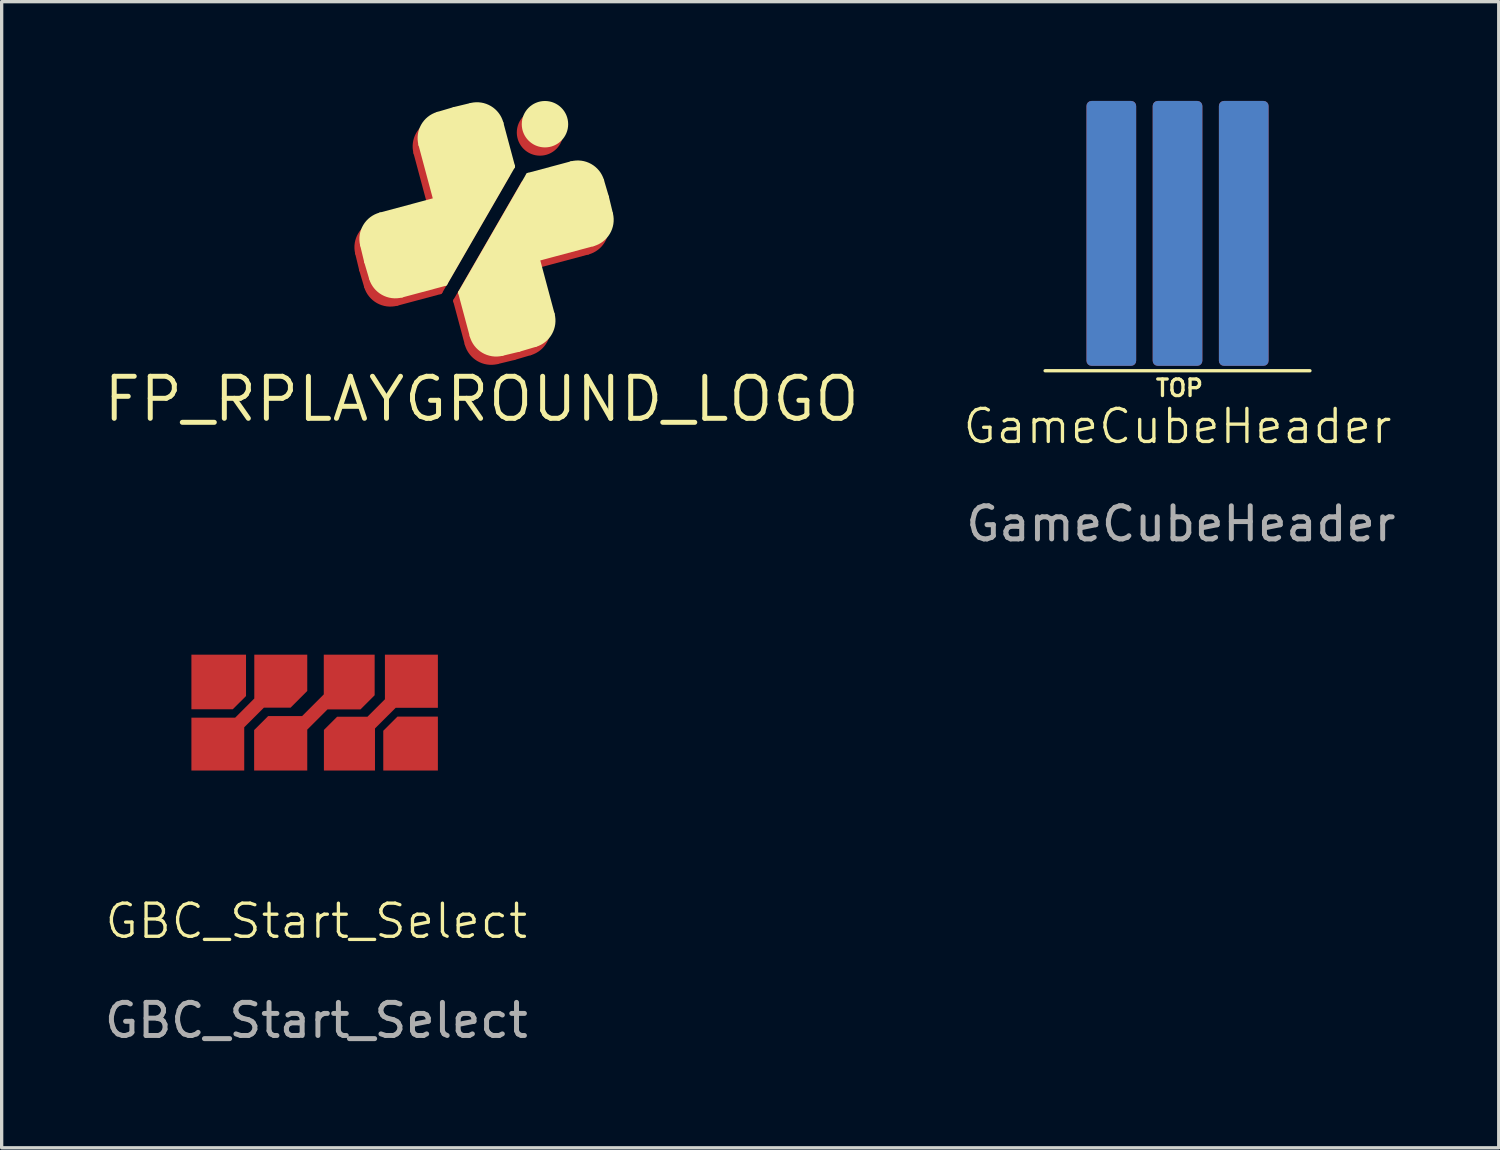
<source format=kicad_pcb>
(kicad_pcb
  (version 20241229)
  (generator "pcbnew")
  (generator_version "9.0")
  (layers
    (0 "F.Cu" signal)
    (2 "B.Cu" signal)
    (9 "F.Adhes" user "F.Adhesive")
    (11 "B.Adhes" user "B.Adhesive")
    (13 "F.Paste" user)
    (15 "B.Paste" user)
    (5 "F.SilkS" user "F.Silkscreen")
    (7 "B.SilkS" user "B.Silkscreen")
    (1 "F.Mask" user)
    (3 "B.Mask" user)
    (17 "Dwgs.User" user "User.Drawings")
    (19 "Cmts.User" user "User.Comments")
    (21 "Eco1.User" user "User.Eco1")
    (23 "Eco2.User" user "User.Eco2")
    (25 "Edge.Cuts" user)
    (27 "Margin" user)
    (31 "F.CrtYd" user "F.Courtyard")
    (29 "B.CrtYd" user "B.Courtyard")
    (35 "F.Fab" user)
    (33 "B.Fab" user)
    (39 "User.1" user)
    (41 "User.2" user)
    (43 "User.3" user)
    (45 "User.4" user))
  (footprint "GBC_Start_Select"
    (layer "F.Cu")
    (at 6.455 18.477)
    (property "Reference" "GBC_Start_Select" (at 0.051 6.299 0) (unlocked yes) (layer "F.SilkS") (effects (font (size 1 1) (thickness 0.1))))
    (attr smd)
    (fp_poly (pts (xy -3.785 -1.803) (xy 3.785 -1.803) (xy 3.785 1.803) (xy -3.785 1.803)) (stroke (width 0.1) (type solid)) (fill yes) (layer "F.Mask"))
    (fp_text user "${REFERENCE}" (at 0.051 9.299 0) (unlocked yes) (layer "F.Fab") (effects (font (size 1 1) (thickness 0.15))))
    (pad "1" smd custom (at -2.921 -0.991) (size 0.75 0.75) (layers "F.Cu") (options (anchor circle)) (primitives (gr_poly (pts (xy -0.375 -0.188) (xy -0.361 -0.259) (xy -0.32 -0.32) (xy -0.259 -0.361) (xy -0.188 -0.375) (xy 0.188 -0.375) (xy 0.259 -0.361) (xy 0.32 -0.32) (xy 0.361 -0.259) (xy 0.375 -0.188) (xy 0.375 0.188) (xy 0.361 0.259) (xy 0.32 0.32) (xy 0.259 0.361) (xy 0.188 0.375) (xy -0.188 0.375) (xy -0.259 0.361) (xy -0.32 0.32) (xy -0.361 0.259) (xy -0.375 0.188)) (width 0) (fill yes)) (gr_poly (pts (xy -0.802 -0.759) (xy -0.802 0.891) (xy 0.448 0.891) (xy 0.848 0.491) (xy 0.848 -0.759)) (width 0) (fill yes))))
    (pad "1" smd custom (at 0.991 -1.067) (size 0.75 0.75) (layers "F.Cu") (options (anchor circle)) (primitives (gr_poly (pts (xy -0.375 -0.188) (xy -0.361 -0.259) (xy -0.32 -0.32) (xy -0.259 -0.361) (xy -0.188 -0.375) (xy 0.188 -0.375) (xy 0.259 -0.361) (xy 0.32 -0.32) (xy 0.361 -0.259) (xy 0.375 -0.188) (xy 0.375 0.188) (xy 0.361 0.259) (xy 0.32 0.32) (xy 0.259 0.361) (xy 0.188 0.375) (xy -0.188 0.375) (xy -0.259 0.361) (xy -0.32 0.32) (xy -0.361 0.259) (xy -0.375 0.188)) (width 0) (fill yes)) (gr_poly (pts (xy -1.214 2.817) (xy -2.819 2.817) (xy -2.819 1.595) (xy -2.396 1.172) (xy -1.37 1.172) (xy -0.715 0.517) (xy -0.715 -0.683) (xy 0.822 -0.683) (xy 0.822 0.543) (xy 0.393 0.971) (xy -0.603 0.971) (xy -1.214 1.581)) (width 0) (fill yes))))
    (pad "1" smd custom (at 2.946 0.991) (size 0.75 0.75) (layers "F.Cu") (options (anchor circle)) (primitives (gr_poly (pts (xy -0.375 -0.188) (xy -0.361 -0.259) (xy -0.32 -0.32) (xy -0.259 -0.361) (xy -0.188 -0.375) (xy 0.188 -0.375) (xy 0.259 -0.361) (xy 0.32 -0.32) (xy 0.361 -0.259) (xy 0.375 -0.188) (xy 0.375 0.188) (xy 0.361 0.259) (xy 0.32 0.32) (xy 0.259 0.361) (xy 0.188 0.375) (xy -0.188 0.375) (xy -0.259 0.361) (xy -0.32 0.32) (xy -0.361 0.259) (xy -0.375 0.188)) (width 0) (fill yes)) (gr_poly (pts (xy -0.873 0.759) (xy 0.777 0.759) (xy 0.777 -0.87) (xy -0.445 -0.87) (xy -0.873 -0.442)) (width 0) (fill yes))))
    (pad "2" smd custom (at -1.092 -0.991) (size 0.75 0.75) (layers "F.Cu") (options (anchor circle)) (primitives (gr_poly (pts (xy -0.375 -0.188) (xy -0.361 -0.259) (xy -0.32 -0.32) (xy -0.259 -0.361) (xy -0.188 -0.375) (xy 0.188 -0.375) (xy 0.259 -0.361) (xy 0.32 -0.32) (xy 0.361 -0.259) (xy 0.375 -0.188) (xy 0.375 0.188) (xy 0.361 0.259) (xy 0.32 0.32) (xy 0.259 0.361) (xy 0.188 0.375) (xy -0.188 0.375) (xy -0.259 0.361) (xy -0.32 0.32) (xy -0.361 0.259) (xy -0.375 0.188)) (width 0) (fill yes)) (gr_poly (pts (xy 0.869 -0.759) (xy -0.731 -0.759) (xy -0.731 0.565) (xy -1.31 1.145) (xy -2.631 1.145) (xy -2.631 2.741) (xy -1.035 2.741) (xy -1.035 1.435) (xy -0.44 0.841) (xy 0.366 0.841) (xy 0.869 0.337)) (width 0) (fill yes))))
    (pad "2" smd custom (at 2.972 -0.991) (size 0.75 0.75) (layers "F.Cu") (options (anchor circle)) (primitives (gr_poly (pts (xy -0.375 -0.188) (xy -0.361 -0.259) (xy -0.32 -0.32) (xy -0.259 -0.361) (xy -0.188 -0.375) (xy 0.188 -0.375) (xy 0.259 -0.361) (xy 0.32 -0.32) (xy 0.361 -0.259) (xy 0.375 -0.188) (xy 0.375 0.188) (xy 0.361 0.259) (xy 0.32 0.32) (xy 0.259 0.361) (xy 0.188 0.375) (xy -0.188 0.375) (xy -0.259 0.361) (xy -0.32 0.32) (xy -0.361 0.259) (xy -0.375 0.188)) (width 0) (fill yes)) (gr_poly (pts (xy 0.751 0.845) (xy 0.247 0.845) (xy -0.523 0.845) (xy -1.149 1.47) (xy -1.149 2.741) (xy -2.692 2.741) (xy -2.692 1.515) (xy -2.292 1.115) (xy -1.376 1.115) (xy -0.849 0.588) (xy -0.849 -0.759) (xy 0.751 -0.759)) (width 0) (fill yes)))))
  (footprint "GameCubeHeader"
    (layer "F.Cu")
    (at 32.522 8)
    (property "Reference" "GameCubeHeader" (at 0 1.829 0) (unlocked yes) (layer "F.SilkS") (effects (font (size 1 1) (thickness 0.1))))
    (attr smd)
    (fp_line (start -4 0.15) (end 4 0.15) (stroke (width 0.1) (type default)) (layer "F.SilkS"))
    (fp_text user "TOP" (at -0.711 0.965 0) (unlocked yes) (layer "F.SilkS") (effects (font (size 0.5 0.5) (thickness 0.1)) (justify left bottom)))
    (fp_text user "${REFERENCE}" (at 0.102 4.775 0) (unlocked yes) (layer "F.Fab") (effects (font (size 1 1) (thickness 0.15))))
    (pad "1" smd roundrect (at -2 -4) (size 1.5 8) (layers "F.Cu" "F.Mask") (roundrect_rratio 0.1))
    (pad "2" smd roundrect (at 0 -4) (size 1.5 8) (layers "F.Cu" "F.Mask") (roundrect_rratio 0.1))
    (pad "3" smd roundrect (at 2 -4) (size 1.5 8) (layers "F.Cu" "F.Mask") (roundrect_rratio 0.1))
    (pad "4" smd roundrect (at 2 -4) (size 1.5 8) (layers "B.Cu" "B.Mask") (roundrect_rratio 0.1))
    (pad "5" smd roundrect (at 0 -4) (size 1.5 8) (layers "B.Cu" "B.Mask") (roundrect_rratio 0.1))
    (pad "6" smd roundrect (at -2 -4) (size 1.5 8) (layers "B.Cu" "B.Mask") (roundrect_rratio 0.1)))
  (footprint "FP_RPLAYGROUND_LOGO"
    (layer "F.Cu")
    (at 11.498 4.13)
    (property "Reference" "FP_RPLAYGROUND_LOGO" (at 0 4.877 0) (layer "F.SilkS") (effects (font (size 1.27 1.27) (thickness 0.15))))
    (fp_line (start -3.744 0.466) (end -3.622 0.971) (stroke (width 0.152) (type solid)) (layer "F.Cu"))
    (fp_line (start -3.475 1.468) (end -3.622 0.971) (stroke (width 0.152) (type solid)) (layer "F.Cu"))
    (fp_line (start -3.209 -0.434) (end -1.531 -0.884) (stroke (width 0.152) (type solid)) (layer "F.Cu"))
    (fp_line (start -2.562 1.981) (end -1.256 1.631) (stroke (width 0.152) (type solid)) (layer "F.Cu"))
    (fp_line (start -1.981 -2.562) (end -1.531 -0.884) (stroke (width 0.152) (type solid)) (layer "F.Cu"))
    (fp_line (start -1.468 -3.475) (end -0.971 -3.622) (stroke (width 0.152) (type solid)) (layer "F.Cu"))
    (fp_line (start -1.256 1.631) (end 0.784 -1.903) (stroke (width 0.152) (type solid)) (layer "F.Cu"))
    (fp_line (start -0.782 1.91) (end 1.263 -1.633) (stroke (width 0.152) (type solid)) (layer "F.Cu"))
    (fp_line (start -0.466 -3.744) (end -0.971 -3.622) (stroke (width 0.152) (type solid)) (layer "F.Cu"))
    (fp_line (start -0.434 3.209) (end -0.782 1.91) (stroke (width 0.152) (type solid)) (layer "F.Cu"))
    (fp_line (start 0.434 -3.209) (end 0.784 -1.903) (stroke (width 0.152) (type solid)) (layer "F.Cu"))
    (fp_line (start 0.466 3.744) (end 0.971 3.622) (stroke (width 0.152) (type solid)) (layer "F.Cu"))
    (fp_line (start 1.468 3.475) (end 0.971 3.622) (stroke (width 0.152) (type solid)) (layer "F.Cu"))
    (fp_line (start 1.981 2.562) (end 1.531 0.884) (stroke (width 0.152) (type solid)) (layer "F.Cu"))
    (fp_line (start 2.562 -1.981) (end 1.263 -1.633) (stroke (width 0.152) (type solid)) (layer "F.Cu"))
    (fp_line (start 3.209 0.434) (end 1.531 0.884) (stroke (width 0.152) (type solid)) (layer "F.Cu"))
    (fp_line (start 3.475 -1.468) (end 3.622 -0.971) (stroke (width 0.152) (type solid)) (layer "F.Cu"))
    (fp_line (start 3.744 -0.466) (end 3.622 -0.971) (stroke (width 0.152) (type solid)) (layer "F.Cu"))
    (fp_arc (start -3.743971 0.466278) (mid -3.659723 -0.092791) (end -3.209046 -0.434181) (stroke (width 0.1524) (type solid)) (layer "F.Cu"))
    (fp_arc (start -2.561959 1.980621) (mid -3.122954 1.910326) (end -3.475465 1.468293) (stroke (width 0.1524) (type solid)) (layer "F.Cu"))
    (fp_arc (start -1.980621 -2.561959) (mid -1.910326 -3.122954) (end -1.468293 -3.475465) (stroke (width 0.1524) (type solid)) (layer "F.Cu"))
    (fp_arc (start -0.466278 -3.743971) (mid 0.092791 -3.659723) (end 0.434181 -3.209046) (stroke (width 0.1524) (type solid)) (layer "F.Cu"))
    (fp_arc (start 0.466278 3.743971) (mid -0.092791 3.659723) (end -0.434181 3.209046) (stroke (width 0.1524) (type solid)) (layer "F.Cu"))
    (fp_arc (start 1.980621 2.561959) (mid 1.910326 3.122954) (end 1.468293 3.475465) (stroke (width 0.1524) (type solid)) (layer "F.Cu"))
    (fp_arc (start 2.561959 -1.980621) (mid 3.122954 -1.910326) (end 3.475465 -1.468293) (stroke (width 0.1524) (type solid)) (layer "F.Cu"))
    (fp_arc (start 3.743971 -0.466278) (mid 3.659723 0.092791) (end 3.209046 0.434181) (stroke (width 0.1524) (type solid)) (layer "F.Cu"))
    (fp_circle (center 1.765 -3.178) (end 2.39 -3.178) (stroke (width 0.152) (type solid)) (fill no) (layer "F.Cu"))
    (fp_poly (pts (xy 2.025 -3.76) (xy 2.245 -3.575) (xy 2.375 -3.325) (xy 2.37 -3.03) (xy 2.25 -2.795) (xy 2.1 -2.655) (xy 1.9 -2.565) (xy 1.68 -2.555) (xy 1.495 -2.61) (xy 1.305 -2.73) (xy 1.195 -2.91) (xy 1.135 -3.055) (xy 1.135 -3.28) (xy 1.195 -3.45) (xy 1.3 -3.63) (xy 1.535 -3.765) (xy 1.735 -3.795)) (stroke (width 0) (type default)) (fill yes) (layer "F.Cu"))
    (fp_poly (pts (xy -0.08 -3.745) (xy 0.18 -3.605) (xy 0.35 -3.42) (xy 0.47 -3.08) (xy 0.79 -1.91) (xy -1.255 1.635) (xy -2.545 1.985) (xy -2.74 2.01) (xy -2.925 1.995) (xy -3.11 1.935) (xy -3.295 1.785) (xy -3.43 1.6) (xy -3.77 0.395) (xy -3.76 0.185) (xy -3.705 -0.005) (xy -3.62 -0.15) (xy -3.465 -0.32) (xy -3.215 -0.435) (xy -1.544 -0.883) (xy -1.539 -0.884) (xy -1.535 -0.885) (xy -1.96 -2.47) (xy -1.979 -2.481) (xy -2.002 -2.63) (xy -1.975 -2.94) (xy -1.86 -3.195) (xy -1.685 -3.395) (xy -1.13 -3.59) (xy -0.43 -3.755)) (stroke (width 0) (type default)) (fill yes) (layer "F.Cu"))
    (fp_poly (pts (xy 2.925 -1.975) (xy 3.11 -1.915) (xy 3.295 -1.765) (xy 3.43 -1.58) (xy 3.77 -0.375) (xy 3.76 -0.165) (xy 3.705 0.025) (xy 3.62 0.17) (xy 3.465 0.34) (xy 3.215 0.455) (xy 1.544 0.903) (xy 1.539 0.904) (xy 1.535 0.905) (xy 1.96 2.49) (xy 1.979 2.501) (xy 2.002 2.65) (xy 1.975 2.96) (xy 1.86 3.215) (xy 1.685 3.415) (xy 1.13 3.61) (xy 0.43 3.775) (xy 0.08 3.765) (xy -0.18 3.625) (xy -0.35 3.44) (xy -0.47 3.1) (xy -0.79 1.93) (xy 1.255 -1.615) (xy 2.545 -1.965) (xy 2.74 -1.99)) (stroke (width 0) (type default)) (fill yes) (layer "F.Cu"))
    (fp_line (start -3.744 0.466) (end -3.622 0.971) (stroke (width 0.152) (type solid)) (layer "F.Mask"))
    (fp_line (start -3.475 1.468) (end -3.622 0.971) (stroke (width 0.152) (type solid)) (layer "F.Mask"))
    (fp_line (start -3.209 -0.434) (end -1.531 -0.884) (stroke (width 0.152) (type solid)) (layer "F.Mask"))
    (fp_line (start -2.562 1.981) (end -1.256 1.631) (stroke (width 0.152) (type solid)) (layer "F.Mask"))
    (fp_line (start -1.981 -2.562) (end -1.531 -0.884) (stroke (width 0.152) (type solid)) (layer "F.Mask"))
    (fp_line (start -1.468 -3.475) (end -0.971 -3.622) (stroke (width 0.152) (type solid)) (layer "F.Mask"))
    (fp_line (start -1.256 1.631) (end 0.784 -1.903) (stroke (width 0.152) (type solid)) (layer "F.Mask"))
    (fp_line (start -0.782 1.91) (end 1.263 -1.633) (stroke (width 0.152) (type solid)) (layer "F.Mask"))
    (fp_line (start -0.466 -3.744) (end -0.971 -3.622) (stroke (width 0.152) (type solid)) (layer "F.Mask"))
    (fp_line (start -0.434 3.209) (end -0.782 1.91) (stroke (width 0.152) (type solid)) (layer "F.Mask"))
    (fp_line (start 0.434 -3.209) (end 0.784 -1.903) (stroke (width 0.152) (type solid)) (layer "F.Mask"))
    (fp_line (start 0.466 3.744) (end 0.971 3.622) (stroke (width 0.152) (type solid)) (layer "F.Mask"))
    (fp_line (start 1.468 3.475) (end 0.971 3.622) (stroke (width 0.152) (type solid)) (layer "F.Mask"))
    (fp_line (start 1.981 2.562) (end 1.531 0.884) (stroke (width 0.152) (type solid)) (layer "F.Mask"))
    (fp_line (start 2.562 -1.981) (end 1.263 -1.633) (stroke (width 0.152) (type solid)) (layer "F.Mask"))
    (fp_line (start 3.209 0.434) (end 1.531 0.884) (stroke (width 0.152) (type solid)) (layer "F.Mask"))
    (fp_line (start 3.475 -1.468) (end 3.622 -0.971) (stroke (width 0.152) (type solid)) (layer "F.Mask"))
    (fp_line (start 3.744 -0.466) (end 3.622 -0.971) (stroke (width 0.152) (type solid)) (layer "F.Mask"))
    (fp_arc (start -3.743971 0.466278) (mid -3.659723 -0.092791) (end -3.209046 -0.434181) (stroke (width 0.1524) (type solid)) (layer "F.Mask"))
    (fp_arc (start -2.561959 1.980621) (mid -3.122954 1.910326) (end -3.475465 1.468293) (stroke (width 0.1524) (type solid)) (layer "F.Mask"))
    (fp_arc (start -1.980621 -2.561959) (mid -1.910326 -3.122954) (end -1.468293 -3.475465) (stroke (width 0.1524) (type solid)) (layer "F.Mask"))
    (fp_arc (start -0.466278 -3.743971) (mid 0.092791 -3.659723) (end 0.434181 -3.209046) (stroke (width 0.1524) (type solid)) (layer "F.Mask"))
    (fp_arc (start 0.466278 3.743971) (mid -0.092791 3.659723) (end -0.434181 3.209046) (stroke (width 0.1524) (type solid)) (layer "F.Mask"))
    (fp_arc (start 1.980621 2.561959) (mid 1.910326 3.122954) (end 1.468293 3.475465) (stroke (width 0.1524) (type solid)) (layer "F.Mask"))
    (fp_arc (start 2.561959 -1.980621) (mid 3.122954 -1.910326) (end 3.475465 -1.468293) (stroke (width 0.1524) (type solid)) (layer "F.Mask"))
    (fp_arc (start 3.743971 -0.466278) (mid 3.659723 0.092791) (end 3.209046 0.434181) (stroke (width 0.1524) (type solid)) (layer "F.Mask"))
    (fp_circle (center 1.765 -3.178) (end 2.39 -3.178) (stroke (width 0.152) (type solid)) (fill no) (layer "F.Mask"))
    (fp_poly (pts (xy 2.025 -3.765) (xy 2.245 -3.58) (xy 2.375 -3.33) (xy 2.37 -3.035) (xy 2.25 -2.8) (xy 2.1 -2.66) (xy 1.9 -2.57) (xy 1.68 -2.56) (xy 1.495 -2.615) (xy 1.305 -2.735) (xy 1.195 -2.915) (xy 1.135 -3.06) (xy 1.135 -3.285) (xy 1.195 -3.455) (xy 1.3 -3.635) (xy 1.535 -3.77) (xy 1.735 -3.8)) (stroke (width 0) (type default)) (fill yes) (layer "F.Mask"))
    (fp_poly (pts (xy -0.09 -3.755) (xy 0.17 -3.615) (xy 0.34 -3.43) (xy 0.46 -3.09) (xy 0.78 -1.92) (xy -1.265 1.625) (xy -2.555 1.975) (xy -2.75 2) (xy -2.935 1.985) (xy -3.12 1.925) (xy -3.305 1.775) (xy -3.44 1.59) (xy -3.78 0.385) (xy -3.77 0.175) (xy -3.715 -0.015) (xy -3.63 -0.16) (xy -3.475 -0.33) (xy -3.225 -0.445) (xy -1.554 -0.893) (xy -1.549 -0.894) (xy -1.545 -0.895) (xy -1.97 -2.48) (xy -1.989 -2.491) (xy -2.012 -2.64) (xy -1.985 -2.95) (xy -1.87 -3.205) (xy -1.695 -3.405) (xy -1.14 -3.6) (xy -0.44 -3.765)) (stroke (width 0) (type default)) (fill yes) (layer "F.Mask"))
    (fp_poly (pts (xy 2.935 -1.99) (xy 3.12 -1.93) (xy 3.305 -1.78) (xy 3.44 -1.595) (xy 3.78 -0.39) (xy 3.77 -0.18) (xy 3.715 0.01) (xy 3.63 0.155) (xy 3.475 0.325) (xy 3.225 0.44) (xy 1.554 0.888) (xy 1.549 0.889) (xy 1.545 0.89) (xy 1.97 2.475) (xy 1.989 2.486) (xy 2.012 2.635) (xy 1.985 2.945) (xy 1.87 3.2) (xy 1.695 3.4) (xy 1.14 3.595) (xy 0.44 3.76) (xy 0.09 3.75) (xy -0.17 3.61) (xy -0.34 3.425) (xy -0.46 3.085) (xy -0.78 1.915) (xy 1.265 -1.63) (xy 2.555 -1.98) (xy 2.75 -2.005)) (stroke (width 0) (type default)) (fill yes) (layer "F.Mask"))
    (fp_line (start -3.594 0.216) (end -3.472 0.721) (stroke (width 0.152) (type solid)) (layer "F.SilkS"))
    (fp_line (start -3.325 1.218) (end -3.472 0.721) (stroke (width 0.152) (type solid)) (layer "F.SilkS"))
    (fp_line (start -3.059 -0.684) (end -1.381 -1.134) (stroke (width 0.152) (type solid)) (layer "F.SilkS"))
    (fp_line (start -2.412 1.731) (end -1.106 1.381) (stroke (width 0.152) (type solid)) (layer "F.SilkS"))
    (fp_line (start -1.831 -2.812) (end -1.381 -1.134) (stroke (width 0.152) (type solid)) (layer "F.SilkS"))
    (fp_line (start -1.318 -3.725) (end -0.821 -3.872) (stroke (width 0.152) (type solid)) (layer "F.SilkS"))
    (fp_line (start -1.106 1.381) (end 0.934 -2.153) (stroke (width 0.152) (type solid)) (layer "F.SilkS"))
    (fp_line (start -0.632 1.66) (end 1.413 -1.883) (stroke (width 0.152) (type solid)) (layer "F.SilkS"))
    (fp_line (start -0.316 -3.994) (end -0.821 -3.872) (stroke (width 0.152) (type solid)) (layer "F.SilkS"))
    (fp_line (start -0.284 2.959) (end -0.632 1.66) (stroke (width 0.152) (type solid)) (layer "F.SilkS"))
    (fp_line (start 0.584 -3.459) (end 0.934 -2.153) (stroke (width 0.152) (type solid)) (layer "F.SilkS"))
    (fp_line (start 0.616 3.494) (end 1.121 3.372) (stroke (width 0.152) (type solid)) (layer "F.SilkS"))
    (fp_line (start 1.618 3.225) (end 1.121 3.372) (stroke (width 0.152) (type solid)) (layer "F.SilkS"))
    (fp_line (start 2.131 2.312) (end 1.681 0.634) (stroke (width 0.152) (type solid)) (layer "F.SilkS"))
    (fp_line (start 2.712 -2.231) (end 1.413 -1.883) (stroke (width 0.152) (type solid)) (layer "F.SilkS"))
    (fp_line (start 3.359 0.184) (end 1.681 0.634) (stroke (width 0.152) (type solid)) (layer "F.SilkS"))
    (fp_line (start 3.625 -1.718) (end 3.772 -1.221) (stroke (width 0.152) (type solid)) (layer "F.SilkS"))
    (fp_line (start 3.894 -0.716) (end 3.772 -1.221) (stroke (width 0.152) (type solid)) (layer "F.SilkS"))
    (fp_arc (start -3.59397 0.216277) (mid -3.509722 -0.342792) (end -3.059046 -0.684181) (stroke (width 0.1524) (type solid)) (layer "F.SilkS"))
    (fp_arc (start -2.411959 1.730621) (mid -2.972954 1.660326) (end -3.325465 1.218293) (stroke (width 0.1524) (type solid)) (layer "F.SilkS"))
    (fp_arc (start -1.830621 -2.811959) (mid -1.760326 -3.372954) (end -1.318293 -3.725465) (stroke (width 0.1524) (type solid)) (layer "F.SilkS"))
    (fp_arc (start -0.316277 -3.99397) (mid 0.242792 -3.909722) (end 0.584181 -3.459046) (stroke (width 0.1524) (type solid)) (layer "F.SilkS"))
    (fp_arc (start 0.616278 3.493971) (mid 0.057209 3.409723) (end -0.284181 2.959046) (stroke (width 0.1524) (type solid)) (layer "F.SilkS"))
    (fp_arc (start 2.130621 2.311959) (mid 2.060326 2.872954) (end 1.618293 3.225465) (stroke (width 0.1524) (type solid)) (layer "F.SilkS"))
    (fp_arc (start 2.711959 -2.230621) (mid 3.272954 -2.160326) (end 3.625465 -1.718293) (stroke (width 0.1524) (type solid)) (layer "F.SilkS"))
    (fp_arc (start 3.893971 -0.716278) (mid 3.809723 -0.157209) (end 3.359046 0.184181) (stroke (width 0.1524) (type solid)) (layer "F.SilkS"))
    (fp_circle (center 1.915 -3.428) (end 2.54 -3.428) (stroke (width 0.152) (type solid)) (fill no) (layer "F.SilkS"))
    (fp_poly (pts (xy 2.19 -4.01) (xy 2.41 -3.825) (xy 2.54 -3.575) (xy 2.535 -3.28) (xy 2.415 -3.045) (xy 2.265 -2.905) (xy 2.065 -2.815) (xy 1.845 -2.805) (xy 1.66 -2.86) (xy 1.47 -2.98) (xy 1.36 -3.16) (xy 1.3 -3.305) (xy 1.3 -3.53) (xy 1.36 -3.7) (xy 1.465 -3.88) (xy 1.7 -4.015) (xy 1.9 -4.045)) (stroke (width 0) (type default)) (fill yes) (layer "F.SilkS"))
    (fp_poly (pts (xy 0.07 -3.985) (xy 0.33 -3.845) (xy 0.5 -3.66) (xy 0.62 -3.32) (xy 0.94 -2.15) (xy -1.105 1.395) (xy -2.395 1.745) (xy -2.59 1.77) (xy -2.775 1.755) (xy -2.96 1.695) (xy -3.145 1.545) (xy -3.28 1.36) (xy -3.62 0.155) (xy -3.61 -0.055) (xy -3.555 -0.245) (xy -3.47 -0.39) (xy -3.315 -0.56) (xy -3.065 -0.675) (xy -1.394 -1.123) (xy -1.389 -1.124) (xy -1.385 -1.125) (xy -1.81 -2.71) (xy -1.829 -2.721) (xy -1.852 -2.87) (xy -1.825 -3.18) (xy -1.71 -3.435) (xy -1.535 -3.635) (xy -0.98 -3.83) (xy -0.28 -3.995)) (stroke (width 0) (type default)) (fill yes) (layer "F.SilkS"))
    (fp_poly (pts (xy 3.08 -2.245) (xy 3.265 -2.185) (xy 3.45 -2.035) (xy 3.585 -1.85) (xy 3.925 -0.645) (xy 3.915 -0.435) (xy 3.86 -0.245) (xy 3.775 -0.1) (xy 3.62 0.07) (xy 3.37 0.185) (xy 1.699 0.633) (xy 1.694 0.634) (xy 1.69 0.635) (xy 2.115 2.22) (xy 2.134 2.231) (xy 2.157 2.38) (xy 2.13 2.69) (xy 2.015 2.945) (xy 1.84 3.145) (xy 1.285 3.34) (xy 0.585 3.505) (xy 0.235 3.495) (xy -0.025 3.355) (xy -0.195 3.17) (xy -0.315 2.83) (xy -0.635 1.66) (xy 1.41 -1.885) (xy 2.7 -2.235) (xy 2.895 -2.26)) (stroke (width 0) (type default)) (fill yes) (layer "F.SilkS")))
  (gr_rect
    (start -3 -3)
    (end 42.225 31.624)
    (stroke (width 0.1) (type default))
    (fill no)
    (layer "Edge.Cuts")))
</source>
